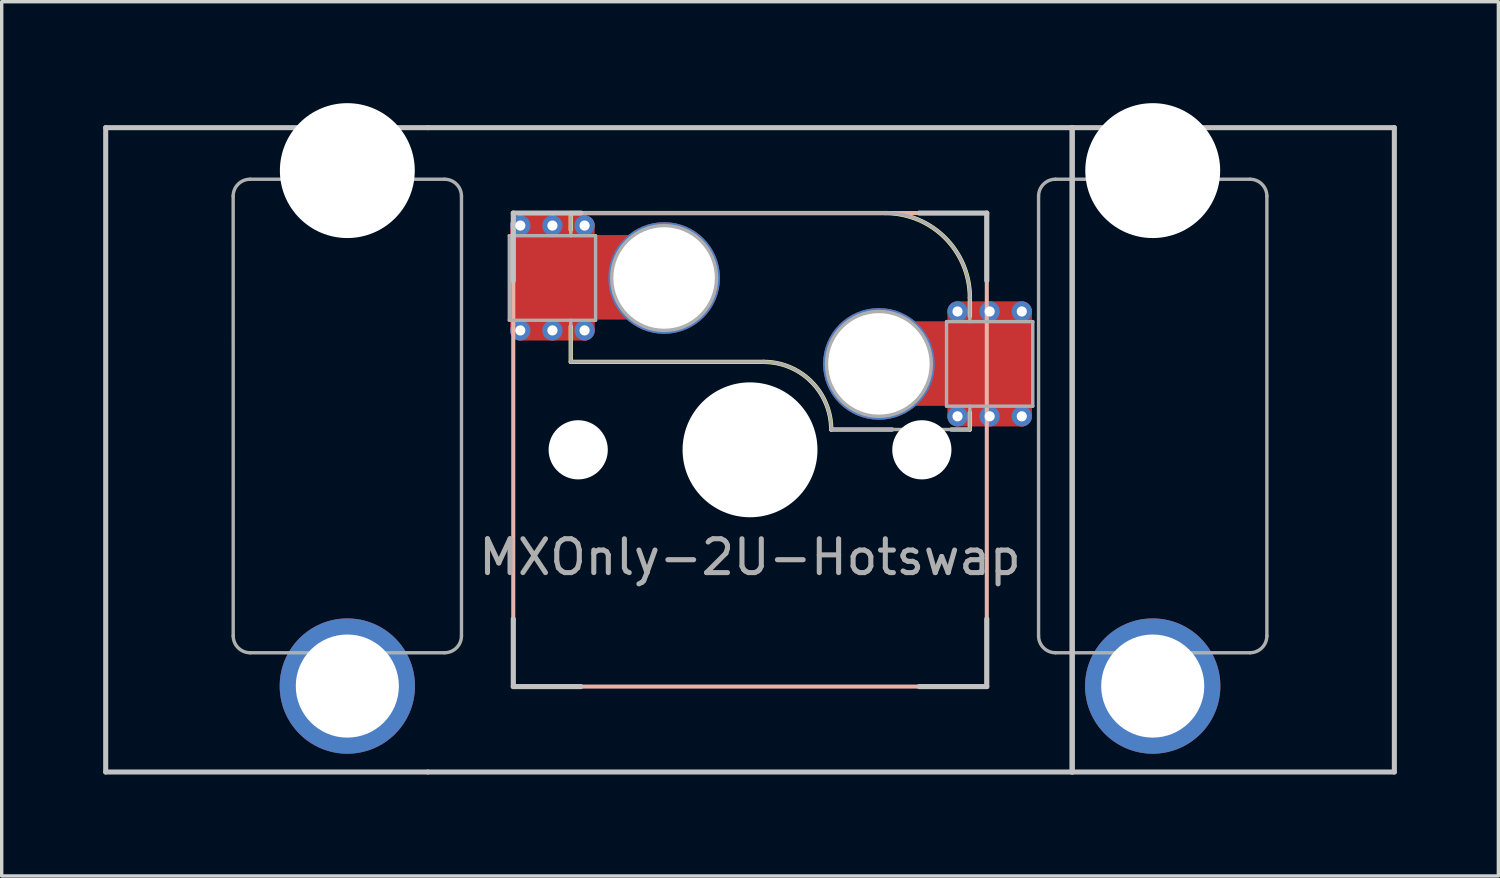
<source format=kicad_pcb>
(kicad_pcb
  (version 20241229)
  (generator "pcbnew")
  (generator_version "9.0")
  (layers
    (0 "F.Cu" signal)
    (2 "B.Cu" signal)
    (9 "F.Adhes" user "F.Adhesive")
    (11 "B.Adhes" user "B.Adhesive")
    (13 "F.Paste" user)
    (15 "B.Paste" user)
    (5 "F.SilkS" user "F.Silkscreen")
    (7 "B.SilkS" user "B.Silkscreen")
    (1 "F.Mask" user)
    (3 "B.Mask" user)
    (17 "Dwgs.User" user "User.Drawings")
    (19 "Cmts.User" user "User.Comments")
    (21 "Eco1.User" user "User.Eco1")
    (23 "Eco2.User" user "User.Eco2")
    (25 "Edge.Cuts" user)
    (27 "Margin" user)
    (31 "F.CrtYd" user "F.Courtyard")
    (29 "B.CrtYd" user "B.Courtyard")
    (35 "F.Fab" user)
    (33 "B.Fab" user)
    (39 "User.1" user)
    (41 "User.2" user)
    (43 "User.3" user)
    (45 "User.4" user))
  (footprint "MXOnly-2U-Hotswap"
    (layer "F.Cu")
    (at 19.125 10.249)
    (property "Reference" "MXOnly-2U-Hotswap" (at 0 3.175 0) (layer "F.Fab") (effects (font (size 1 1) (thickness 0.15))))
    (attr smd)
    (fp_line (start -5.3 -7) (end -5.3 -6.5) (stroke (width 0.127) (type solid)) (layer "F.SilkS"))
    (fp_line (start -5.3 -7) (end 4 -7) (stroke (width 0.127) (type solid)) (layer "F.SilkS"))
    (fp_line (start -5.3 -3.65) (end -5.3 -2.6) (stroke (width 0.127) (type solid)) (layer "F.SilkS"))
    (fp_line (start 0.4 -2.6) (end -5.3 -2.6) (stroke (width 0.127) (type solid)) (layer "F.SilkS"))
    (fp_line (start 4.2 -0.6) (end 2.4 -0.6) (stroke (width 0.127) (type solid)) (layer "F.SilkS"))
    (fp_line (start 6.5 -4.5) (end 6.5 -3.95) (stroke (width 0.127) (type solid)) (layer "F.SilkS"))
    (fp_line (start 6.5 -1.1) (end 6.5 -0.6) (stroke (width 0.127) (type solid)) (layer "F.SilkS"))
    (fp_line (start 6.5 -0.6) (end 5.95 -0.6) (stroke (width 0.127) (type solid)) (layer "F.SilkS"))
    (fp_arc (start 0.4 -2.6) (mid 1.814214 -2.014214) (end 2.4 -0.6) (stroke (width 0.127) (type solid)) (layer "F.SilkS"))
    (fp_arc (start 4 -7) (mid 5.767767 -6.267767) (end 6.5 -4.5) (stroke (width 0.127) (type solid)) (layer "F.SilkS"))
    (fp_rect (start 7 -7) (end -7 7) (stroke (width 0.12) (type solid)) (fill no) (layer "B.SilkS"))
    (fp_line (start -19.05 -9.525) (end -9.525 -9.525) (stroke (width 0.15) (type solid)) (layer "Dwgs.User"))
    (fp_line (start -19.05 9.525) (end -19.05 -9.525) (stroke (width 0.15) (type solid)) (layer "Dwgs.User"))
    (fp_line (start -9.525 9.525) (end -19.05 9.525) (stroke (width 0.15) (type solid)) (layer "Dwgs.User"))
    (fp_line (start -9.525 9.525) (end 9.525 9.525) (stroke (width 0.15) (type solid)) (layer "Dwgs.User"))
    (fp_line (start -7 -7) (end -7 -5) (stroke (width 0.15) (type solid)) (layer "Dwgs.User"))
    (fp_line (start -7 -7) (end -5 -7) (stroke (width 0.12) (type solid)) (layer "Dwgs.User"))
    (fp_line (start -7 -5) (end -7 -7) (stroke (width 0.12) (type solid)) (layer "Dwgs.User"))
    (fp_line (start -7 7) (end -7 5) (stroke (width 0.12) (type solid)) (layer "Dwgs.User"))
    (fp_line (start -7 7) (end -7 5) (stroke (width 0.15) (type solid)) (layer "Dwgs.User"))
    (fp_line (start -5 -7) (end -7 -7) (stroke (width 0.15) (type solid)) (layer "Dwgs.User"))
    (fp_line (start -5 7) (end -7 7) (stroke (width 0.12) (type solid)) (layer "Dwgs.User"))
    (fp_line (start -5 7) (end -7 7) (stroke (width 0.15) (type solid)) (layer "Dwgs.User"))
    (fp_line (start 5 -7) (end 7 -7) (stroke (width 0.12) (type solid)) (layer "Dwgs.User"))
    (fp_line (start 5 -7) (end 7 -7) (stroke (width 0.15) (type solid)) (layer "Dwgs.User"))
    (fp_line (start 5 7) (end 7 7) (stroke (width 0.12) (type solid)) (layer "Dwgs.User"))
    (fp_line (start 7 -7) (end 7 -5) (stroke (width 0.12) (type solid)) (layer "Dwgs.User"))
    (fp_line (start 7 -7) (end 7 -5) (stroke (width 0.15) (type solid)) (layer "Dwgs.User"))
    (fp_line (start 7 5) (end 7 7) (stroke (width 0.15) (type solid)) (layer "Dwgs.User"))
    (fp_line (start 7 7) (end 5 7) (stroke (width 0.15) (type solid)) (layer "Dwgs.User"))
    (fp_line (start 7 7) (end 7 5) (stroke (width 0.12) (type solid)) (layer "Dwgs.User"))
    (fp_line (start 9.525 -9.525) (end -9.525 -9.525) (stroke (width 0.15) (type solid)) (layer "Dwgs.User"))
    (fp_line (start 9.525 -9.525) (end 19.05 -9.525) (stroke (width 0.15) (type solid)) (layer "Dwgs.User"))
    (fp_line (start 9.525 9.525) (end 9.525 -9.525) (stroke (width 0.15) (type solid)) (layer "Dwgs.User"))
    (fp_line (start 9.525 9.525) (end 9.525 -9.525) (stroke (width 0.15) (type solid)) (layer "Dwgs.User"))
    (fp_line (start 19.05 -9.525) (end 19.05 9.525) (stroke (width 0.15) (type solid)) (layer "Dwgs.User"))
    (fp_line (start 19.05 9.525) (end 9.525 9.525) (stroke (width 0.15) (type solid)) (layer "Dwgs.User"))
    (fp_line (start -15.28 5.5) (end -15.281 -7.5) (stroke (width 0.1) (type solid)) (layer "F.Fab"))
    (fp_line (start -9.031 -8) (end -14.781 -8) (stroke (width 0.1) (type solid)) (layer "F.Fab"))
    (fp_line (start -9.031 6) (end -14.78 6) (stroke (width 0.1) (type solid)) (layer "F.Fab"))
    (fp_line (start -8.531 5.5) (end -8.531 -7.5) (stroke (width 0.1) (type solid)) (layer "F.Fab"))
    (fp_line (start -7.117 -6.33) (end -7.117 -3.83) (stroke (width 0.1) (type solid)) (layer "F.Fab"))
    (fp_line (start -7.117 -6.33) (end -4.567 -6.33) (stroke (width 0.1) (type solid)) (layer "F.Fab"))
    (fp_line (start -5.3 -7) (end -5.3 -6.33) (stroke (width 0.1) (type solid)) (layer "F.Fab"))
    (fp_line (start -5.3 -7) (end 4 -7) (stroke (width 0.1) (type solid)) (layer "F.Fab"))
    (fp_line (start -5.3 -3.83) (end -5.3 -2.6) (stroke (width 0.1) (type solid)) (layer "F.Fab"))
    (fp_line (start -4.567 -3.83) (end -7.117 -3.83) (stroke (width 0.1) (type solid)) (layer "F.Fab"))
    (fp_line (start -4.567 -3.83) (end -4.567 -6.33) (stroke (width 0.1) (type solid)) (layer "F.Fab"))
    (fp_line (start 0.4 -2.6) (end -5.3 -2.6) (stroke (width 0.1) (type solid)) (layer "F.Fab"))
    (fp_line (start 5.81 -1.29) (end 5.81 -3.79) (stroke (width 0.1) (type solid)) (layer "F.Fab"))
    (fp_line (start 5.81 -1.29) (end 8.36 -1.29) (stroke (width 0.1) (type solid)) (layer "F.Fab"))
    (fp_line (start 6.5 -4.5) (end 6.5 -3.79) (stroke (width 0.1) (type solid)) (layer "F.Fab"))
    (fp_line (start 6.5 -1.29) (end 6.5 -0.6) (stroke (width 0.1) (type solid)) (layer "F.Fab"))
    (fp_line (start 6.5 -0.6) (end 2.4 -0.6) (stroke (width 0.1) (type solid)) (layer "F.Fab"))
    (fp_line (start 8.36 -3.79) (end 5.81 -3.79) (stroke (width 0.1) (type solid)) (layer "F.Fab"))
    (fp_line (start 8.36 -3.79) (end 8.36 -1.29) (stroke (width 0.1) (type solid)) (layer "F.Fab"))
    (fp_line (start 8.531 5.5) (end 8.531 -7.5) (stroke (width 0.1) (type solid)) (layer "F.Fab"))
    (fp_line (start 14.781 -8) (end 9.031 -8) (stroke (width 0.1) (type solid)) (layer "F.Fab"))
    (fp_line (start 14.781 6) (end 9.031 6) (stroke (width 0.1) (type solid)) (layer "F.Fab"))
    (fp_line (start 15.281 5.5) (end 15.281 -7.5) (stroke (width 0.1) (type solid)) (layer "F.Fab"))
    (fp_arc (start -15.28125 -7.500001) (mid -15.134806 -7.853571) (end -14.78125 -8.000001) (stroke (width 0.1) (type solid)) (layer "F.Fab"))
    (fp_arc (start -14.780039 5.999999) (mid -15.133567 5.853539) (end -15.280039 5.499999) (stroke (width 0.1) (type solid)) (layer "F.Fab"))
    (fp_arc (start -9.03125 -8.000001) (mid -8.677729 -7.853537) (end -8.53125 -7.500001) (stroke (width 0.1) (type solid)) (layer "F.Fab"))
    (fp_arc (start -8.53125 5.499999) (mid -8.677693 5.853571) (end -9.03125 5.999999) (stroke (width 0.1) (type solid)) (layer "F.Fab"))
    (fp_arc (start 0.4 -2.6) (mid 1.814214 -2.014214) (end 2.4 -0.6) (stroke (width 0.1) (type solid)) (layer "F.Fab"))
    (fp_arc (start 4 -7) (mid 5.767767 -6.267767) (end 6.5 -4.5) (stroke (width 0.1) (type solid)) (layer "F.Fab"))
    (fp_arc (start 8.53125 -7.500001) (mid 8.677697 -7.853554) (end 9.03125 -8.000001) (stroke (width 0.1) (type solid)) (layer "F.Fab"))
    (fp_arc (start 9.03125 5.999999) (mid 8.677697 5.853552) (end 8.53125 5.499999) (stroke (width 0.1) (type solid)) (layer "F.Fab"))
    (fp_arc (start 14.78125 -8.000001) (mid 15.134803 -7.853554) (end 15.28125 -7.500001) (stroke (width 0.1) (type solid)) (layer "F.Fab"))
    (fp_arc (start 15.28125 5.499999) (mid 15.134803 5.853552) (end 14.78125 5.999999) (stroke (width 0.1) (type solid)) (layer "F.Fab"))
    (fp_circle (center -2.54 -5.08) (end -2.54 -6.604) (stroke (width 0.15) (type solid)) (fill no) (layer "F.Fab"))
    (fp_circle (center 3.81 -2.54) (end 3.81 -4.064) (stroke (width 0.15) (type solid)) (fill no) (layer "F.Fab"))
    (pad "" np_thru_hole circle (at -11.906 -8.255 180) (size 3.988 3.988) (drill 3.988) (layers "*.Cu" "*.Mask"))
    (pad "" thru_hole circle (at -11.906 6.985 180) (size 4 4) (drill 3.048) (layers "*.Cu" "B.Mask"))
    (pad "" np_thru_hole circle (at -5.08 0 311.9) (size 1.75 1.75) (drill 1.75) (layers "*.Cu" "*.Mask"))
    (pad "" np_thru_hole circle (at 0 0) (size 3.988 3.988) (drill 3.988) (layers "*.Cu" "*.Mask"))
    (pad "" np_thru_hole circle (at 5.08 0 311.9) (size 1.75 1.75) (drill 1.75) (layers "*.Cu" "*.Mask"))
    (pad "" np_thru_hole circle (at 11.906 -8.255 180) (size 3.988 3.988) (drill 3.988) (layers "*.Cu" "*.Mask"))
    (pad "" thru_hole circle (at 11.906 6.985 180) (size 4 4) (drill 3.048) (layers "*.Cu" "B.Mask"))
    (pad "1" thru_hole circle (at 3.81 -2.54) (size 3.3 3.3) (drill 3) (layers "*.Cu" "*.Mask"))
    (pad "1" smd rect (at 5.5 -2.55) (size 1.3 2.5) (layers "F.Cu"))
    (pad "1" thru_hole circle (at 6.135 -4.09) (size 0.6 0.6) (drill 0.3) (layers "*.Cu"))
    (pad "1" thru_hole circle (at 6.135 -0.99) (size 0.6 0.6) (drill 0.3) (layers "*.Cu"))
    (pad "1" thru_hole circle (at 7.085 -4.09) (size 0.6 0.6) (drill 0.3) (layers "*.Cu"))
    (pad "1" smd rect (at 7.085 -2.54) (size 2.5 2.5) (layers "F.Cu" "F.Mask" "F.Paste"))
    (pad "1" smd roundrect (at 7.085 -2.54) (size 2.5 3.7) (layers "F.Cu") (roundrect_rratio 0.12))
    (pad "1" thru_hole circle (at 7.085 -0.99) (size 0.6 0.6) (drill 0.3) (layers "*.Cu"))
    (pad "1" thru_hole circle (at 8.035 -4.09) (size 0.6 0.6) (drill 0.3) (layers "*.Cu"))
    (pad "1" thru_hole circle (at 8.035 -0.99) (size 0.6 0.6) (drill 0.3) (layers "*.Cu"))
    (pad "2" thru_hole circle (at -6.792 -6.63) (size 0.6 0.6) (drill 0.3) (layers "*.Cu"))
    (pad "2" thru_hole circle (at -6.792 -3.53) (size 0.6 0.6) (drill 0.3) (layers "*.Cu"))
    (pad "2" thru_hole circle (at -5.842 -6.63) (size 0.6 0.6) (drill 0.3) (layers "*.Cu"))
    (pad "2" smd rect (at -5.842 -5.08) (size 2.5 2.5) (layers "F.Cu" "F.Mask" "F.Paste"))
    (pad "2" smd roundrect (at -5.842 -5.08) (size 2.5 3.7) (layers "F.Cu") (roundrect_rratio 0.12))
    (pad "2" thru_hole circle (at -5.842 -3.53) (size 0.6 0.6) (drill 0.3) (layers "*.Cu"))
    (pad "2" thru_hole circle (at -4.892 -6.63) (size 0.6 0.6) (drill 0.3) (layers "*.Cu"))
    (pad "2" thru_hole circle (at -4.892 -3.53) (size 0.6 0.6) (drill 0.3) (layers "*.Cu"))
    (pad "2" smd rect (at -4.225 -5.1) (size 1.35 2.5) (layers "F.Cu"))
    (pad "2" thru_hole circle (at -2.54 -5.08) (size 3.3 3.3) (drill 3) (layers "*.Cu" "*.Mask")))
  (gr_rect
    (start -3 -3)
    (end 41.25 22.849)
    (stroke (width 0.1) (type default))
    (fill no)
    (layer "Edge.Cuts")))
</source>
